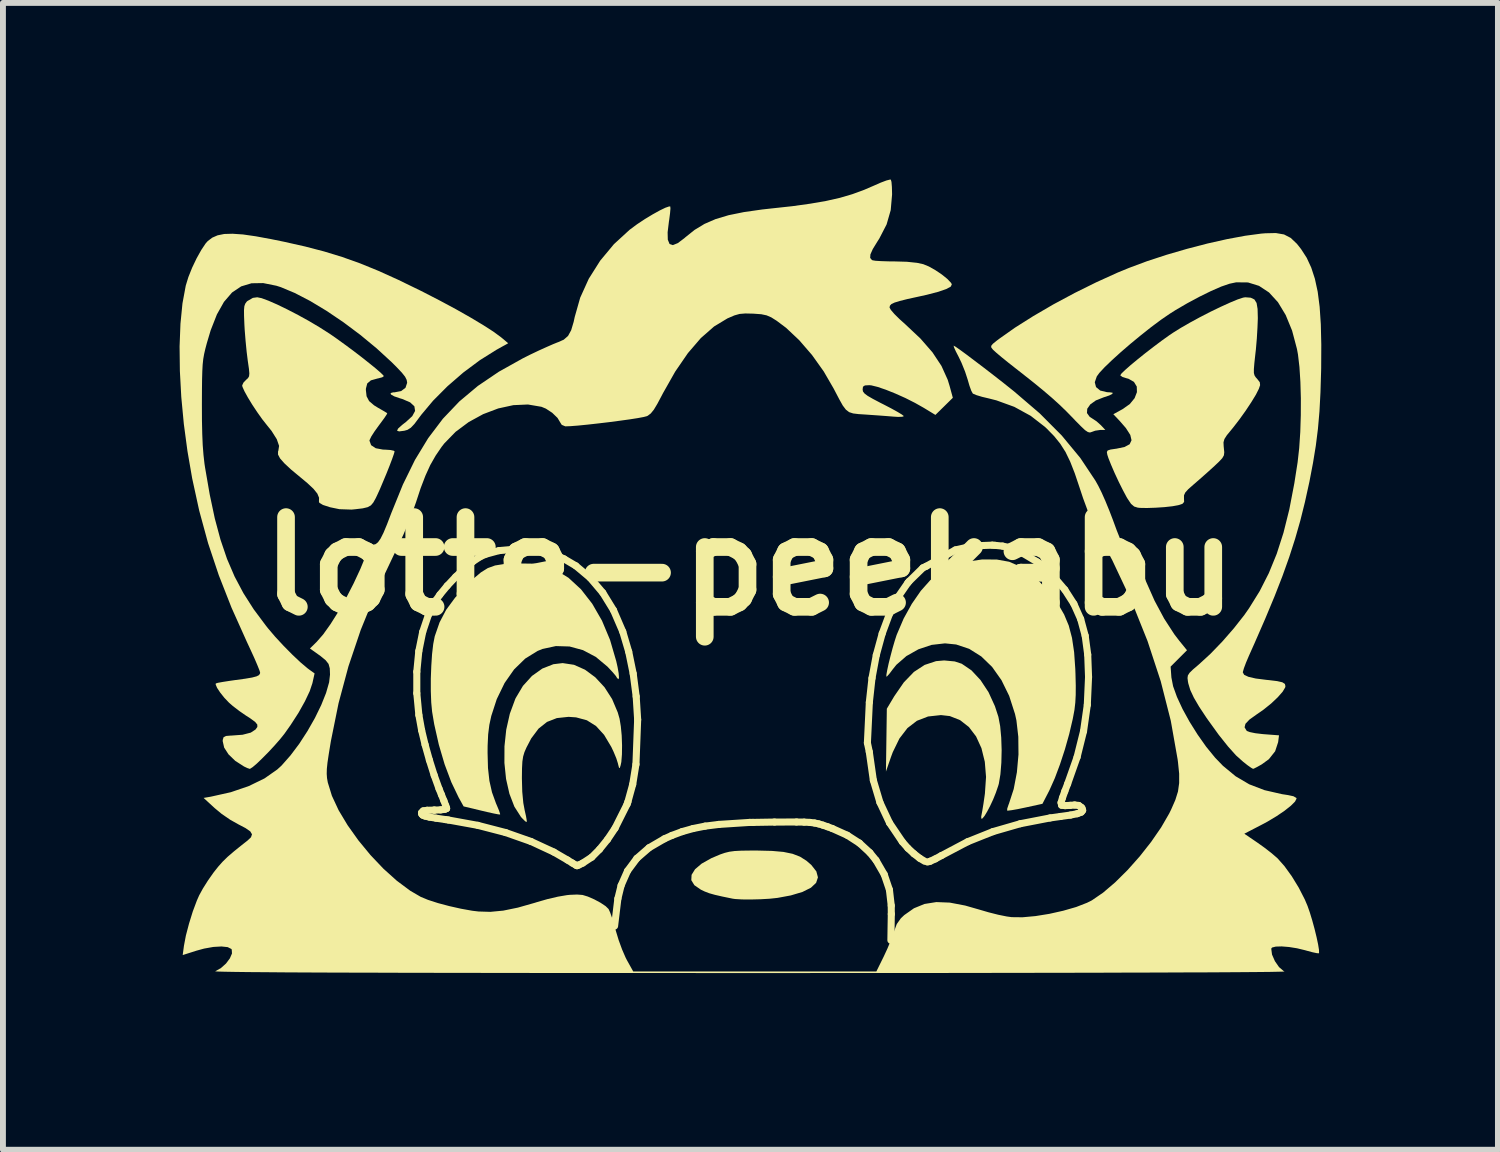
<source format=kicad_pcb>
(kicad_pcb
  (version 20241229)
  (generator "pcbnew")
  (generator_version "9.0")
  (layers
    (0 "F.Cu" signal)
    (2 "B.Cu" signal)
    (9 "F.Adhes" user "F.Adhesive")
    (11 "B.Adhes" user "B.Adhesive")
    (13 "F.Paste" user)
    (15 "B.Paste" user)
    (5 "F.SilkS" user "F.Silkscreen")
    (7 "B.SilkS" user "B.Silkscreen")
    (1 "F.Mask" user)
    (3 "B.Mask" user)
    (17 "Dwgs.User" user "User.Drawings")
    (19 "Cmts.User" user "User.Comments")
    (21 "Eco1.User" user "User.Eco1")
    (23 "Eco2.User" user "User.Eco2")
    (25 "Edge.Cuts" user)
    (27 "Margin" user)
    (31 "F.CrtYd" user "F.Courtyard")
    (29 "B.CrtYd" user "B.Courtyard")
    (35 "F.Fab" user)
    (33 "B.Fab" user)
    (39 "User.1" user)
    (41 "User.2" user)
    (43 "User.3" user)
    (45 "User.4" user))
  (footprint "lotte-peekabu"
    (layer "F.Cu")
    (at 9.682 6.567)
    (property "Reference" "lotte-peekabu" (at 0 0 0) (layer "F.SilkS") (effects (font (size 1.524 1.524) (thickness 0.3))))
    (attr board_only exclude_from_pos_files exclude_from_bom)
    (fp_line (start -5.653 1.792) (end -5.653 2.157) (stroke (width 0.12) (type solid)) (layer "F.SilkS"))
    (fp_line (start -5.653 2.157) (end -5.618 2.527) (stroke (width 0.12) (type solid)) (layer "F.SilkS"))
    (fp_line (start -5.619 1.442) (end -5.653 1.792) (stroke (width 0.12) (type solid)) (layer "F.SilkS"))
    (fp_line (start -5.618 2.527) (end -5.571 2.787) (stroke (width 0.12) (type solid)) (layer "F.SilkS"))
    (fp_line (start -5.573 4.186) (end -5.569 4.209) (stroke (width 0.12) (type solid)) (layer "F.SilkS"))
    (fp_line (start -5.571 2.787) (end -5.512 3.032) (stroke (width 0.12) (type solid)) (layer "F.SilkS"))
    (fp_line (start -5.569 4.209) (end -5.552 4.228) (stroke (width 0.12) (type solid)) (layer "F.SilkS"))
    (fp_line (start -5.553 1.116) (end -5.619 1.442) (stroke (width 0.12) (type solid)) (layer "F.SilkS"))
    (fp_line (start -5.552 4.228) (end -5.511 4.244) (stroke (width 0.12) (type solid)) (layer "F.SilkS"))
    (fp_line (start -5.544 4.155) (end -5.573 4.186) (stroke (width 0.12) (type solid)) (layer "F.SilkS"))
    (fp_line (start -5.512 3.032) (end -5.439 3.293) (stroke (width 0.12) (type solid)) (layer "F.SilkS"))
    (fp_line (start -5.511 4.244) (end -5.439 4.261) (stroke (width 0.12) (type solid)) (layer "F.SilkS"))
    (fp_line (start -5.477 4.145) (end -5.544 4.155) (stroke (width 0.12) (type solid)) (layer "F.SilkS"))
    (fp_line (start -5.455 0.824) (end -5.553 1.116) (stroke (width 0.12) (type solid)) (layer "F.SilkS"))
    (fp_line (start -5.439 4.261) (end -5.327 4.279) (stroke (width 0.12) (type solid)) (layer "F.SilkS"))
    (fp_line (start -5.439 3.293) (end -5.358 3.55) (stroke (width 0.12) (type solid)) (layer "F.SilkS"))
    (fp_line (start -5.36 4.142) (end -5.477 4.145) (stroke (width 0.12) (type solid)) (layer "F.SilkS"))
    (fp_line (start -5.358 3.55) (end -5.275 3.78) (stroke (width 0.12) (type solid)) (layer "F.SilkS"))
    (fp_line (start -5.352 4.142) (end -5.36 4.142) (stroke (width 0.12) (type solid)) (layer "F.SilkS"))
    (fp_line (start -5.327 4.279) (end -5.165 4.303) (stroke (width 0.12) (type solid)) (layer "F.SilkS"))
    (fp_line (start -5.326 0.576) (end -5.455 0.824) (stroke (width 0.12) (type solid)) (layer "F.SilkS"))
    (fp_line (start -5.275 3.78) (end -5.235 3.879) (stroke (width 0.12) (type solid)) (layer "F.SilkS"))
    (fp_line (start -5.261 0.483) (end -5.326 0.576) (stroke (width 0.12) (type solid)) (layer "F.SilkS"))
    (fp_line (start -5.248 4.138) (end -5.352 4.142) (stroke (width 0.12) (type solid)) (layer "F.SilkS"))
    (fp_line (start -5.235 3.879) (end -5.193 3.983) (stroke (width 0.12) (type solid)) (layer "F.SilkS"))
    (fp_line (start -5.193 3.983) (end -5.161 4.067) (stroke (width 0.12) (type solid)) (layer "F.SilkS"))
    (fp_line (start -5.175 4.128) (end -5.248 4.138) (stroke (width 0.12) (type solid)) (layer "F.SilkS"))
    (fp_line (start -5.165 4.303) (end -5.117 4.31) (stroke (width 0.12) (type solid)) (layer "F.SilkS"))
    (fp_line (start -5.161 4.067) (end -5.147 4.112) (stroke (width 0.12) (type solid)) (layer "F.SilkS"))
    (fp_line (start -5.147 4.112) (end -5.147 4.115) (stroke (width 0.12) (type solid)) (layer "F.SilkS"))
    (fp_line (start -5.147 4.115) (end -5.175 4.128) (stroke (width 0.12) (type solid)) (layer "F.SilkS"))
    (fp_line (start -5.137 0.333) (end -5.261 0.483) (stroke (width 0.12) (type solid)) (layer "F.SilkS"))
    (fp_line (start -5.117 4.31) (end -4.616 4.401) (stroke (width 0.12) (type solid)) (layer "F.SilkS"))
    (fp_line (start -4.993 0.18) (end -5.137 0.333) (stroke (width 0.12) (type solid)) (layer "F.SilkS"))
    (fp_line (start -4.844 0.038) (end -4.993 0.18) (stroke (width 0.12) (type solid)) (layer "F.SilkS"))
    (fp_line (start -4.702 -0.079) (end -4.844 0.038) (stroke (width 0.12) (type solid)) (layer "F.SilkS"))
    (fp_line (start -4.616 4.401) (end -4.145 4.523) (stroke (width 0.12) (type solid)) (layer "F.SilkS"))
    (fp_line (start -4.58 -0.16) (end -4.702 -0.079) (stroke (width 0.12) (type solid)) (layer "F.SilkS"))
    (fp_line (start -4.486 -0.203) (end -4.58 -0.16) (stroke (width 0.12) (type solid)) (layer "F.SilkS"))
    (fp_line (start -4.258 -0.265) (end -4.486 -0.203) (stroke (width 0.12) (type solid)) (layer "F.SilkS"))
    (fp_line (start -4.145 4.523) (end -3.713 4.675) (stroke (width 0.12) (type solid)) (layer "F.SilkS"))
    (fp_line (start -3.989 -0.289) (end -4.258 -0.265) (stroke (width 0.12) (type solid)) (layer "F.SilkS"))
    (fp_line (start -3.713 4.675) (end -3.325 4.855) (stroke (width 0.12) (type solid)) (layer "F.SilkS"))
    (fp_line (start -3.685 -0.276) (end -3.989 -0.289) (stroke (width 0.12) (type solid)) (layer "F.SilkS"))
    (fp_line (start -3.545 -0.258) (end -3.685 -0.276) (stroke (width 0.12) (type solid)) (layer "F.SilkS"))
    (fp_line (start -3.413 -0.231) (end -3.545 -0.258) (stroke (width 0.12) (type solid)) (layer "F.SilkS"))
    (fp_line (start -3.325 4.855) (end -3.093 4.99) (stroke (width 0.12) (type solid)) (layer "F.SilkS"))
    (fp_line (start -3.292 -0.189) (end -3.413 -0.231) (stroke (width 0.12) (type solid)) (layer "F.SilkS"))
    (fp_line (start -3.152 -0.125) (end -3.292 -0.189) (stroke (width 0.12) (type solid)) (layer "F.SilkS"))
    (fp_line (start -3.093 4.99) (end -3.011 5.041) (stroke (width 0.12) (type solid)) (layer "F.SilkS"))
    (fp_line (start -3.011 5.041) (end -2.952 5.076) (stroke (width 0.12) (type solid)) (layer "F.SilkS"))
    (fp_line (start -2.952 -0.007) (end -3.152 -0.125) (stroke (width 0.12) (type solid)) (layer "F.SilkS"))
    (fp_line (start -2.952 5.076) (end -2.932 5.086) (stroke (width 0.12) (type solid)) (layer "F.SilkS"))
    (fp_line (start -2.932 5.086) (end -2.901 5.074) (stroke (width 0.12) (type solid)) (layer "F.SilkS"))
    (fp_line (start -2.901 5.074) (end -2.835 5.042) (stroke (width 0.12) (type solid)) (layer "F.SilkS"))
    (fp_line (start -2.835 5.042) (end -2.681 4.941) (stroke (width 0.12) (type solid)) (layer "F.SilkS"))
    (fp_line (start -2.71 0.196) (end -2.952 -0.007) (stroke (width 0.12) (type solid)) (layer "F.SilkS"))
    (fp_line (start -2.681 4.941) (end -2.549 4.808) (stroke (width 0.12) (type solid)) (layer "F.SilkS"))
    (fp_line (start -2.549 4.808) (end -2.414 4.641) (stroke (width 0.12) (type solid)) (layer "F.SilkS"))
    (fp_line (start -2.495 0.449) (end -2.71 0.196) (stroke (width 0.12) (type solid)) (layer "F.SilkS"))
    (fp_line (start -2.414 4.641) (end -2.286 4.45) (stroke (width 0.12) (type solid)) (layer "F.SilkS"))
    (fp_line (start -2.312 0.747) (end -2.495 0.449) (stroke (width 0.12) (type solid)) (layer "F.SilkS"))
    (fp_line (start -2.294 6.111) (end -2.238 5.646) (stroke (width 0.12) (type solid)) (layer "F.SilkS"))
    (fp_line (start -2.286 4.45) (end -2.082 4.043) (stroke (width 0.12) (type solid)) (layer "F.SilkS"))
    (fp_line (start -2.238 5.646) (end -2.183 5.422) (stroke (width 0.12) (type solid)) (layer "F.SilkS"))
    (fp_line (start -2.183 5.422) (end -2.074 5.175) (stroke (width 0.12) (type solid)) (layer "F.SilkS"))
    (fp_line (start -2.155 1.111) (end -2.312 0.747) (stroke (width 0.12) (type solid)) (layer "F.SilkS"))
    (fp_line (start -2.082 4.043) (end -2.068 4.003) (stroke (width 0.12) (type solid)) (layer "F.SilkS"))
    (fp_line (start -2.074 5.175) (end -1.916 4.962) (stroke (width 0.12) (type solid)) (layer "F.SilkS"))
    (fp_line (start -2.068 4.003) (end -1.986 3.705) (stroke (width 0.12) (type solid)) (layer "F.SilkS"))
    (fp_line (start -2.054 1.452) (end -2.155 1.111) (stroke (width 0.12) (type solid)) (layer "F.SilkS"))
    (fp_line (start -1.986 3.705) (end -1.931 3.365) (stroke (width 0.12) (type solid)) (layer "F.SilkS"))
    (fp_line (start -1.978 1.823) (end -2.054 1.452) (stroke (width 0.12) (type solid)) (layer "F.SilkS"))
    (fp_line (start -1.931 3.365) (end -1.902 2.606) (stroke (width 0.12) (type solid)) (layer "F.SilkS"))
    (fp_line (start -1.927 2.212) (end -1.978 1.823) (stroke (width 0.12) (type solid)) (layer "F.SilkS"))
    (fp_line (start -1.916 4.962) (end -1.708 4.781) (stroke (width 0.12) (type solid)) (layer "F.SilkS"))
    (fp_line (start -1.902 2.606) (end -1.927 2.212) (stroke (width 0.12) (type solid)) (layer "F.SilkS"))
    (fp_line (start -1.708 4.781) (end -1.447 4.629) (stroke (width 0.12) (type solid)) (layer "F.SilkS"))
    (fp_line (start -1.447 4.629) (end -1.32 4.572) (stroke (width 0.12) (type solid)) (layer "F.SilkS"))
    (fp_line (start -1.32 4.572) (end -1.146 4.507) (stroke (width 0.12) (type solid)) (layer "F.SilkS"))
    (fp_line (start -1.146 4.507) (end -0.961 4.455) (stroke (width 0.12) (type solid)) (layer "F.SilkS"))
    (fp_line (start -0.961 4.455) (end -0.756 4.414) (stroke (width 0.12) (type solid)) (layer "F.SilkS"))
    (fp_line (start -0.756 4.414) (end -0.523 4.385) (stroke (width 0.12) (type solid)) (layer "F.SilkS"))
    (fp_line (start -0.523 4.385) (end 0 4.351) (stroke (width 0.12) (type solid)) (layer "F.SilkS"))
    (fp_line (start 0 4.351) (end 0.057 4.351) (stroke (width 0.12) (type solid)) (layer "F.SilkS"))
    (fp_line (start 0.057 4.351) (end 0.422 4.345) (stroke (width 0.12) (type solid)) (layer "F.SilkS"))
    (fp_line (start 0.422 4.345) (end 0.796 4.344) (stroke (width 0.12) (type solid)) (layer "F.SilkS"))
    (fp_line (start 0.796 4.344) (end 0.925 4.346) (stroke (width 0.12) (type solid)) (layer "F.SilkS"))
    (fp_line (start 0.925 4.346) (end 1.024 4.351) (stroke (width 0.12) (type solid)) (layer "F.SilkS"))
    (fp_line (start 1.024 4.351) (end 1.103 4.361) (stroke (width 0.12) (type solid)) (layer "F.SilkS"))
    (fp_line (start 1.103 4.361) (end 1.173 4.376) (stroke (width 0.12) (type solid)) (layer "F.SilkS"))
    (fp_line (start 1.173 4.376) (end 1.243 4.397) (stroke (width 0.12) (type solid)) (layer "F.SilkS"))
    (fp_line (start 1.243 4.397) (end 1.325 4.425) (stroke (width 0.12) (type solid)) (layer "F.SilkS"))
    (fp_line (start 1.325 4.425) (end 1.405 4.455) (stroke (width 0.12) (type solid)) (layer "F.SilkS"))
    (fp_line (start 1.405 4.455) (end 1.658 4.569) (stroke (width 0.12) (type solid)) (layer "F.SilkS"))
    (fp_line (start 1.658 4.569) (end 1.866 4.703) (stroke (width 0.12) (type solid)) (layer "F.SilkS"))
    (fp_line (start 1.866 4.703) (end 2.042 4.865) (stroke (width 0.12) (type solid)) (layer "F.SilkS"))
    (fp_line (start 2 3) (end 2.032 3.152) (stroke (width 0.12) (type solid)) (layer "F.SilkS"))
    (fp_line (start 2.032 3.152) (end 2.101 3.635) (stroke (width 0.12) (type solid)) (layer "F.SilkS"))
    (fp_line (start 2.033 2.311) (end 2 3) (stroke (width 0.12) (type solid)) (layer "F.SilkS"))
    (fp_line (start 2.042 4.865) (end 2.146 4.993) (stroke (width 0.12) (type solid)) (layer "F.SilkS"))
    (fp_line (start 2.078 1.901) (end 2.033 2.311) (stroke (width 0.12) (type solid)) (layer "F.SilkS"))
    (fp_line (start 2.101 3.635) (end 2.213 4.012) (stroke (width 0.12) (type solid)) (layer "F.SilkS"))
    (fp_line (start 2.146 4.993) (end 2.286 5.235) (stroke (width 0.12) (type solid)) (layer "F.SilkS"))
    (fp_line (start 2.151 1.509) (end 2.078 1.901) (stroke (width 0.12) (type solid)) (layer "F.SilkS"))
    (fp_line (start 2.213 4.012) (end 2.376 4.359) (stroke (width 0.12) (type solid)) (layer "F.SilkS"))
    (fp_line (start 2.251 1.144) (end 2.151 1.509) (stroke (width 0.12) (type solid)) (layer "F.SilkS"))
    (fp_line (start 2.286 5.235) (end 2.374 5.495) (stroke (width 0.12) (type solid)) (layer "F.SilkS"))
    (fp_line (start 2.374 0.812) (end 2.251 1.144) (stroke (width 0.12) (type solid)) (layer "F.SilkS"))
    (fp_line (start 2.374 5.495) (end 2.405 5.764) (stroke (width 0.12) (type solid)) (layer "F.SilkS"))
    (fp_line (start 2.376 4.359) (end 2.592 4.679) (stroke (width 0.12) (type solid)) (layer "F.SilkS"))
    (fp_line (start 2.405 5.764) (end 2.406 5.908) (stroke (width 0.12) (type solid)) (layer "F.SilkS"))
    (fp_line (start 2.406 5.908) (end 2.399 6.352) (stroke (width 0.12) (type solid)) (layer "F.SilkS"))
    (fp_line (start 2.52 0.523) (end 2.374 0.812) (stroke (width 0.12) (type solid)) (layer "F.SilkS"))
    (fp_line (start 2.592 4.679) (end 2.688 4.789) (stroke (width 0.12) (type solid)) (layer "F.SilkS"))
    (fp_line (start 2.686 0.283) (end 2.52 0.523) (stroke (width 0.12) (type solid)) (layer "F.SilkS"))
    (fp_line (start 2.688 4.789) (end 2.79 4.883) (stroke (width 0.12) (type solid)) (layer "F.SilkS"))
    (fp_line (start 2.707 0.258) (end 2.686 0.283) (stroke (width 0.12) (type solid)) (layer "F.SilkS"))
    (fp_line (start 2.79 4.883) (end 2.889 4.96) (stroke (width 0.12) (type solid)) (layer "F.SilkS"))
    (fp_line (start 2.889 4.96) (end 2.974 5.011) (stroke (width 0.12) (type solid)) (layer "F.SilkS"))
    (fp_line (start 2.943 0.027) (end 2.707 0.258) (stroke (width 0.12) (type solid)) (layer "F.SilkS"))
    (fp_line (start 3 0) (end 2.943 0.027) (stroke (width 0.12) (type solid)) (layer "F.SilkS"))
    (fp_line (start 3.02 5.024) (end 3.068 5.01) (stroke (width 0.12) (type solid)) (layer "F.SilkS"))
    (fp_line (start 3.068 5.01) (end 3.153 4.971) (stroke (width 0.12) (type solid)) (layer "F.SilkS"))
    (fp_line (start 3.153 4.971) (end 3.258 4.914) (stroke (width 0.12) (type solid)) (layer "F.SilkS"))
    (fp_line (start 3.258 4.914) (end 3.703 4.679) (stroke (width 0.12) (type solid)) (layer "F.SilkS"))
    (fp_line (start 3.495 -0.277) (end 3 0) (stroke (width 0.12) (type solid)) (layer "F.SilkS"))
    (fp_line (start 3.703 4.679) (end 4.133 4.507) (stroke (width 0.12) (type solid)) (layer "F.SilkS"))
    (fp_line (start 3.801 -0.346) (end 3.495 -0.277) (stroke (width 0.12) (type solid)) (layer "F.SilkS"))
    (fp_line (start 4.122 -0.358) (end 3.801 -0.346) (stroke (width 0.12) (type solid)) (layer "F.SilkS"))
    (fp_line (start 4.133 4.507) (end 4.597 4.373) (stroke (width 0.12) (type solid)) (layer "F.SilkS"))
    (fp_line (start 4.165 -0.355) (end 4.122 -0.358) (stroke (width 0.12) (type solid)) (layer "F.SilkS"))
    (fp_line (start 4.296 -0.342) (end 4.165 -0.355) (stroke (width 0.12) (type solid)) (layer "F.SilkS"))
    (fp_line (start 4.402 -0.32) (end 4.296 -0.342) (stroke (width 0.12) (type solid)) (layer "F.SilkS"))
    (fp_line (start 4.509 -0.281) (end 4.402 -0.32) (stroke (width 0.12) (type solid)) (layer "F.SilkS"))
    (fp_line (start 4.597 4.373) (end 5.103 4.275) (stroke (width 0.12) (type solid)) (layer "F.SilkS"))
    (fp_line (start 4.651 -0.213) (end 4.509 -0.281) (stroke (width 0.12) (type solid)) (layer "F.SilkS"))
    (fp_line (start 4.885 -0.073) (end 4.651 -0.213) (stroke (width 0.12) (type solid)) (layer "F.SilkS"))
    (fp_line (start 5 0) (end 4.885 -0.073) (stroke (width 0.12) (type solid)) (layer "F.SilkS"))
    (fp_line (start 5.093 0.104) (end 5 0) (stroke (width 0.12) (type solid)) (layer "F.SilkS"))
    (fp_line (start 5.103 4.275) (end 5.28 4.25) (stroke (width 0.12) (type solid)) (layer "F.SilkS"))
    (fp_line (start 5.154 0.166) (end 5.093 0.104) (stroke (width 0.12) (type solid)) (layer "F.SilkS"))
    (fp_line (start 5.28 4.25) (end 5.45 4.226) (stroke (width 0.12) (type solid)) (layer "F.SilkS"))
    (fp_line (start 5.289 4.015) (end 5.313 3.934) (stroke (width 0.12) (type solid)) (layer "F.SilkS"))
    (fp_line (start 5.298 4.059) (end 5.289 4.015) (stroke (width 0.12) (type solid)) (layer "F.SilkS"))
    (fp_line (start 5.313 3.934) (end 5.353 3.821) (stroke (width 0.12) (type solid)) (layer "F.SilkS"))
    (fp_line (start 5.353 3.821) (end 5.401 3.696) (stroke (width 0.12) (type solid)) (layer "F.SilkS"))
    (fp_line (start 5.353 0.399) (end 5.154 0.166) (stroke (width 0.12) (type solid)) (layer "F.SilkS"))
    (fp_line (start 5.358 4.066) (end 5.298 4.059) (stroke (width 0.12) (type solid)) (layer "F.SilkS"))
    (fp_line (start 5.401 3.696) (end 5.561 3.243) (stroke (width 0.12) (type solid)) (layer "F.SilkS"))
    (fp_line (start 5.446 4.061) (end 5.358 4.066) (stroke (width 0.12) (type solid)) (layer "F.SilkS"))
    (fp_line (start 5.45 4.226) (end 5.565 4.203) (stroke (width 0.12) (type solid)) (layer "F.SilkS"))
    (fp_line (start 5.507 0.639) (end 5.353 0.399) (stroke (width 0.12) (type solid)) (layer "F.SilkS"))
    (fp_line (start 5.52 4.055) (end 5.446 4.061) (stroke (width 0.12) (type solid)) (layer "F.SilkS"))
    (fp_line (start 5.561 3.243) (end 5.671 2.802) (stroke (width 0.12) (type solid)) (layer "F.SilkS"))
    (fp_line (start 5.565 4.203) (end 5.632 4.177) (stroke (width 0.12) (type solid)) (layer "F.SilkS"))
    (fp_line (start 5.589 4.063) (end 5.52 4.055) (stroke (width 0.12) (type solid)) (layer "F.SilkS"))
    (fp_line (start 5.622 0.897) (end 5.507 0.639) (stroke (width 0.12) (type solid)) (layer "F.SilkS"))
    (fp_line (start 5.632 4.177) (end 5.656 4.147) (stroke (width 0.12) (type solid)) (layer "F.SilkS"))
    (fp_line (start 5.632 4.094) (end 5.589 4.063) (stroke (width 0.12) (type solid)) (layer "F.SilkS"))
    (fp_line (start 5.645 4.11) (end 5.632 4.094) (stroke (width 0.12) (type solid)) (layer "F.SilkS"))
    (fp_line (start 5.656 4.147) (end 5.645 4.11) (stroke (width 0.12) (type solid)) (layer "F.SilkS"))
    (fp_line (start 5.671 2.802) (end 5.735 2.354) (stroke (width 0.12) (type solid)) (layer "F.SilkS"))
    (fp_line (start 5.699 1.181) (end 5.622 0.897) (stroke (width 0.12) (type solid)) (layer "F.SilkS"))
    (fp_line (start 5.735 2.354) (end 5.756 1.881) (stroke (width 0.12) (type solid)) (layer "F.SilkS"))
    (fp_line (start 5.742 1.502) (end 5.699 1.181) (stroke (width 0.12) (type solid)) (layer "F.SilkS"))
    (fp_line (start 5.756 1.881) (end 5.742 1.502) (stroke (width 0.12) (type solid)) (layer "F.SilkS"))
    (fp_poly (pts (xy 0.137 4.829) (xy 0.38 4.835) (xy 0.574 4.852) (xy 0.729 4.884) (xy 0.856 4.933) (xy 0.965 5.002) (xy 1.047 5.073) (xy 1.133 5.183) (xy 1.16 5.284) (xy 1.129 5.377) (xy 1.041 5.46) (xy 0.897 5.532) (xy 0.699 5.591) (xy 0.472 5.633) (xy 0.341 5.647) (xy 0.184 5.656) (xy 0.021 5.66) (xy -0.129 5.659) (xy -0.247 5.652) (xy -0.289 5.646) (xy -0.463 5.61) (xy -0.59 5.581) (xy -0.686 5.554) (xy -0.764 5.524) (xy -0.829 5.493) (xy -0.939 5.417) (xy -0.991 5.332) (xy -0.986 5.241) (xy -0.927 5.146) (xy -0.815 5.051) (xy -0.651 4.959) (xy -0.501 4.895) (xy -0.422 4.868) (xy -0.345 4.849) (xy -0.256 4.837) (xy -0.142 4.831) (xy 0.01 4.829)) (stroke (width 0) (type solid)) (fill yes) (layer "F.SilkS"))
    (fp_poly (pts (xy 3.484 1.617) (xy 3.602 1.656) (xy 3.768 1.769) (xy 3.921 1.933) (xy 4.057 2.139) (xy 4.166 2.377) (xy 4.225 2.558) (xy 4.255 2.716) (xy 4.273 2.911) (xy 4.28 3.125) (xy 4.275 3.339) (xy 4.259 3.535) (xy 4.232 3.695) (xy 4.222 3.729) (xy 4.182 3.846) (xy 4.135 3.963) (xy 4.084 4.072) (xy 4.034 4.167) (xy 3.99 4.24) (xy 3.955 4.283) (xy 3.935 4.289) (xy 3.933 4.251) (xy 3.94 4.215) (xy 3.953 4.144) (xy 3.971 4.034) (xy 3.99 3.903) (xy 3.996 3.86) (xy 4.015 3.579) (xy 3.994 3.321) (xy 3.937 3.09) (xy 3.846 2.891) (xy 3.724 2.731) (xy 3.574 2.614) (xy 3.4 2.545) (xy 3.249 2.528) (xy 3.03 2.552) (xy 2.841 2.625) (xy 2.68 2.749) (xy 2.544 2.926) (xy 2.431 3.158) (xy 2.401 3.239) (xy 2.315 3.487) (xy 2.33 2.42) (xy 2.457 2.207) (xy 2.619 1.972) (xy 2.79 1.795) (xy 2.972 1.676) (xy 3.166 1.612) (xy 3.304 1.6)) (stroke (width 0) (type solid)) (fill yes) (layer "F.SilkS"))
    (fp_poly (pts (xy -2.984 1.674) (xy -2.797 1.757) (xy -2.622 1.886) (xy -2.465 2.055) (xy -2.336 2.256) (xy -2.24 2.483) (xy -2.209 2.591) (xy -2.188 2.719) (xy -2.173 2.875) (xy -2.167 3.041) (xy -2.169 3.197) (xy -2.179 3.324) (xy -2.191 3.381) (xy -2.206 3.427) (xy -2.218 3.424) (xy -2.233 3.368) (xy -2.237 3.35) (xy -2.264 3.264) (xy -2.31 3.153) (xy -2.349 3.07) (xy -2.472 2.864) (xy -2.609 2.714) (xy -2.765 2.616) (xy -2.947 2.567) (xy -3.076 2.558) (xy -3.274 2.579) (xy -3.441 2.644) (xy -3.585 2.758) (xy -3.71 2.925) (xy -3.791 3.08) (xy -3.825 3.158) (xy -3.847 3.232) (xy -3.86 3.318) (xy -3.866 3.432) (xy -3.868 3.589) (xy -3.868 3.605) (xy -3.862 3.83) (xy -3.844 4.021) (xy -3.82 4.149) (xy -3.798 4.246) (xy -3.786 4.317) (xy -3.786 4.345) (xy -3.812 4.332) (xy -3.86 4.284) (xy -3.884 4.258) (xy -3.996 4.083) (xy -4.08 3.864) (xy -4.137 3.613) (xy -4.165 3.341) (xy -4.164 3.058) (xy -4.134 2.776) (xy -4.073 2.505) (xy -3.982 2.258) (xy -3.974 2.24) (xy -3.85 2.032) (xy -3.697 1.863) (xy -3.521 1.738) (xy -3.333 1.664) (xy -3.176 1.645)) (stroke (width 0) (type solid)) (fill yes) (layer "F.SilkS"))
    (fp_poly (pts (xy 4.197 -0.114) (xy 4.408 -0.076) (xy 4.567 -0.007) (xy 4.74 0.106) (xy 4.914 0.253) (xy 5.073 0.422) (xy 5.1 0.453) (xy 5.236 0.638) (xy 5.341 0.819) (xy 5.42 1.008) (xy 5.475 1.217) (xy 5.511 1.459) (xy 5.531 1.746) (xy 5.534 1.827) (xy 5.539 2.028) (xy 5.538 2.186) (xy 5.531 2.317) (xy 5.517 2.438) (xy 5.493 2.567) (xy 5.487 2.597) (xy 5.428 2.849) (xy 5.354 3.112) (xy 5.27 3.368) (xy 5.183 3.6) (xy 5.098 3.791) (xy 5.089 3.81) (xy 4.973 4.035) (xy 4.679 4.099) (xy 4.554 4.125) (xy 4.452 4.143) (xy 4.388 4.151) (xy 4.373 4.15) (xy 4.375 4.116) (xy 4.397 4.05) (xy 4.404 4.033) (xy 4.485 3.784) (xy 4.539 3.5) (xy 4.566 3.198) (xy 4.563 2.897) (xy 4.531 2.618) (xy 4.507 2.51) (xy 4.408 2.202) (xy 4.277 1.935) (xy 4.118 1.71) (xy 3.934 1.532) (xy 3.729 1.403) (xy 3.507 1.329) (xy 3.318 1.31) (xy 3.09 1.336) (xy 2.866 1.411) (xy 2.662 1.526) (xy 2.492 1.674) (xy 2.428 1.754) (xy 2.374 1.826) (xy 2.335 1.869) (xy 2.322 1.876) (xy 2.323 1.841) (xy 2.337 1.762) (xy 2.361 1.651) (xy 2.393 1.523) (xy 2.428 1.391) (xy 2.464 1.268) (xy 2.496 1.169) (xy 2.501 1.157) (xy 2.616 0.888) (xy 2.754 0.639) (xy 2.907 0.418) (xy 3.067 0.238) (xy 3.228 0.107) (xy 3.234 0.103) (xy 3.449 -0.004) (xy 3.693 -0.078) (xy 3.948 -0.115)) (stroke (width 0) (type solid)) (fill yes) (layer "F.SilkS"))
    (fp_poly (pts (xy -3.737 -0.045) (xy -3.621 -0.041) (xy -3.535 -0.031) (xy -3.461 -0.012) (xy -3.385 0.018) (xy -3.308 0.054) (xy -3.077 0.196) (xy -2.865 0.391) (xy -2.674 0.636) (xy -2.508 0.924) (xy -2.371 1.251) (xy -2.266 1.611) (xy -2.243 1.713) (xy -2.225 1.815) (xy -2.219 1.888) (xy -2.226 1.919) (xy -2.227 1.919) (xy -2.253 1.898) (xy -2.254 1.894) (xy -2.274 1.862) (xy -2.326 1.8) (xy -2.401 1.72) (xy -2.414 1.706) (xy -2.613 1.54) (xy -2.831 1.425) (xy -3.059 1.363) (xy -3.291 1.356) (xy -3.518 1.405) (xy -3.602 1.439) (xy -3.812 1.569) (xy -4 1.752) (xy -4.162 1.983) (xy -4.295 2.257) (xy -4.388 2.543) (xy -4.421 2.695) (xy -4.441 2.855) (xy -4.45 3.045) (xy -4.451 3.167) (xy -4.444 3.427) (xy -4.42 3.644) (xy -4.376 3.839) (xy -4.308 4.027) (xy -4.292 4.064) (xy -4.258 4.146) (xy -4.239 4.203) (xy -4.238 4.217) (xy -4.27 4.214) (xy -4.348 4.199) (xy -4.46 4.174) (xy -4.553 4.152) (xy -4.858 4.079) (xy -4.943 3.926) (xy -5.067 3.667) (xy -5.181 3.363) (xy -5.279 3.03) (xy -5.357 2.685) (xy -5.393 2.471) (xy -5.408 2.313) (xy -5.415 2.12) (xy -5.415 1.909) (xy -5.407 1.695) (xy -5.394 1.494) (xy -5.374 1.322) (xy -5.349 1.193) (xy -5.348 1.189) (xy -5.266 0.953) (xy -5.155 0.741) (xy -5.004 0.536) (xy -4.843 0.359) (xy -4.692 0.212) (xy -4.565 0.105) (xy -4.448 0.032) (xy -4.324 -0.013) (xy -4.18 -0.036) (xy -3.999 -0.045) (xy -3.898 -0.046)) (stroke (width 0) (type solid)) (fill yes) (layer "F.SilkS"))
    (fp_poly (pts (xy 8.51 -4.561) (xy 8.573 -4.531) (xy 8.61 -4.471) (xy 8.627 -4.37) (xy 8.631 -4.219) (xy 8.631 -4.206) (xy 8.625 -4.052) (xy 8.614 -3.866) (xy 8.598 -3.68) (xy 8.588 -3.594) (xy 8.572 -3.447) (xy 8.564 -3.347) (xy 8.564 -3.283) (xy 8.575 -3.241) (xy 8.596 -3.208) (xy 8.619 -3.183) (xy 8.664 -3.126) (xy 8.67 -3.076) (xy 8.648 -3.012) (xy 8.599 -2.915) (xy 8.521 -2.787) (xy 8.425 -2.642) (xy 8.319 -2.494) (xy 8.215 -2.359) (xy 8.179 -2.315) (xy 8.105 -2.225) (xy 8.064 -2.161) (xy 8.048 -2.105) (xy 8.051 -2.037) (xy 8.054 -2.007) (xy 8.061 -1.936) (xy 8.055 -1.884) (xy 8.028 -1.836) (xy 7.971 -1.775) (xy 7.895 -1.703) (xy 7.777 -1.596) (xy 7.646 -1.48) (xy 7.541 -1.389) (xy 7.45 -1.309) (xy 7.398 -1.251) (xy 7.377 -1.204) (xy 7.377 -1.153) (xy 7.377 -1.153) (xy 7.379 -1.093) (xy 7.351 -1.06) (xy 7.281 -1.037) (xy 7.182 -1.019) (xy 7.046 -1.004) (xy 6.894 -0.994) (xy 6.748 -0.989) (xy 6.631 -0.991) (xy 6.592 -0.995) (xy 6.531 -1.014) (xy 6.478 -1.059) (xy 6.42 -1.145) (xy 6.403 -1.173) (xy 6.339 -1.293) (xy 6.268 -1.435) (xy 6.199 -1.583) (xy 6.139 -1.722) (xy 6.094 -1.835) (xy 6.075 -1.893) (xy 6.067 -1.94) (xy 6.081 -1.966) (xy 6.129 -1.982) (xy 6.224 -1.996) (xy 6.227 -1.996) (xy 6.367 -2.025) (xy 6.454 -2.072) (xy 6.486 -2.14) (xy 6.465 -2.23) (xy 6.39 -2.347) (xy 6.282 -2.471) (xy 6.177 -2.582) (xy 6.334 -2.668) (xy 6.457 -2.755) (xy 6.538 -2.854) (xy 6.578 -2.957) (xy 6.575 -3.052) (xy 6.527 -3.131) (xy 6.434 -3.184) (xy 6.4 -3.193) (xy 6.331 -3.215) (xy 6.296 -3.241) (xy 6.295 -3.244) (xy 6.316 -3.274) (xy 6.377 -3.333) (xy 6.47 -3.415) (xy 6.587 -3.512) (xy 6.719 -3.618) (xy 6.859 -3.726) (xy 6.996 -3.829) (xy 7.123 -3.92) (xy 7.188 -3.964) (xy 7.321 -4.047) (xy 7.479 -4.138) (xy 7.652 -4.232) (xy 7.829 -4.323) (xy 8.001 -4.406) (xy 8.157 -4.477) (xy 8.287 -4.531) (xy 8.381 -4.562) (xy 8.417 -4.568)) (stroke (width 0) (type solid)) (fill yes) (layer "F.SilkS"))
    (fp_poly (pts (xy -8.289 -4.553) (xy -8.173 -4.51) (xy -8.024 -4.445) (xy -7.853 -4.362) (xy -7.67 -4.267) (xy -7.483 -4.164) (xy -7.303 -4.057) (xy -7.14 -3.953) (xy -7.138 -3.952) (xy -7.014 -3.866) (xy -6.876 -3.766) (xy -6.731 -3.659) (xy -6.59 -3.551) (xy -6.46 -3.448) (xy -6.349 -3.358) (xy -6.266 -3.286) (xy -6.22 -3.24) (xy -6.213 -3.228) (xy -6.24 -3.209) (xy -6.306 -3.191) (xy -6.322 -3.188) (xy -6.433 -3.157) (xy -6.495 -3.104) (xy -6.517 -3.018) (xy -6.518 -2.994) (xy -6.506 -2.887) (xy -6.463 -2.805) (xy -6.379 -2.733) (xy -6.311 -2.691) (xy -6.229 -2.644) (xy -6.172 -2.61) (xy -6.155 -2.599) (xy -6.167 -2.573) (xy -6.209 -2.511) (xy -6.273 -2.424) (xy -6.3 -2.388) (xy -6.372 -2.288) (xy -6.427 -2.202) (xy -6.455 -2.143) (xy -6.457 -2.133) (xy -6.429 -2.056) (xy -6.35 -2.004) (xy -6.227 -1.981) (xy -6.188 -1.98) (xy -6.099 -1.974) (xy -6.042 -1.961) (xy -6.03 -1.95) (xy -6.042 -1.907) (xy -6.072 -1.821) (xy -6.116 -1.705) (xy -6.169 -1.572) (xy -6.226 -1.436) (xy -6.28 -1.308) (xy -6.328 -1.203) (xy -6.35 -1.157) (xy -6.391 -1.083) (xy -6.432 -1.034) (xy -6.488 -1.003) (xy -6.572 -0.983) (xy -6.698 -0.968) (xy -6.761 -0.962) (xy -6.967 -0.969) (xy -7.127 -1.002) (xy -7.247 -1.041) (xy -7.308 -1.077) (xy -7.315 -1.097) (xy -7.313 -1.163) (xy -7.342 -1.233) (xy -7.407 -1.314) (xy -7.514 -1.414) (xy -7.622 -1.504) (xy -7.786 -1.64) (xy -7.902 -1.748) (xy -7.976 -1.832) (xy -8.01 -1.897) (xy -8.01 -1.949) (xy -8.005 -1.96) (xy -7.992 -2.044) (xy -8.031 -2.157) (xy -8.119 -2.297) (xy -8.196 -2.393) (xy -8.276 -2.494) (xy -8.362 -2.615) (xy -8.447 -2.743) (xy -8.522 -2.866) (xy -8.58 -2.971) (xy -8.614 -3.047) (xy -8.619 -3.071) (xy -8.597 -3.119) (xy -8.551 -3.167) (xy -8.52 -3.195) (xy -8.502 -3.226) (xy -8.497 -3.274) (xy -8.504 -3.353) (xy -8.522 -3.477) (xy -8.524 -3.491) (xy -8.543 -3.644) (xy -8.561 -3.827) (xy -8.576 -4.013) (xy -8.581 -4.1) (xy -8.587 -4.249) (xy -8.588 -4.35) (xy -8.582 -4.416) (xy -8.567 -4.459) (xy -8.543 -4.492) (xy -8.532 -4.503) (xy -8.437 -4.558) (xy -8.363 -4.568)) (stroke (width 0) (type solid)) (fill yes) (layer "F.SilkS"))
    (fp_poly (pts (xy -8.606 -5.635) (xy -8.389 -5.604) (xy -8.124 -5.555) (xy -7.908 -5.511) (xy -7.552 -5.431) (xy -7.226 -5.346) (xy -6.919 -5.252) (xy -6.616 -5.144) (xy -6.305 -5.017) (xy -5.971 -4.866) (xy -5.603 -4.687) (xy -5.543 -4.657) (xy -5.258 -4.51) (xy -4.988 -4.365) (xy -4.743 -4.226) (xy -4.529 -4.098) (xy -4.353 -3.985) (xy -4.225 -3.891) (xy -4.205 -3.875) (xy -4.101 -3.787) (xy -4.302 -3.675) (xy -4.581 -3.5) (xy -4.863 -3.29) (xy -5.133 -3.056) (xy -5.376 -2.812) (xy -5.578 -2.571) (xy -5.613 -2.524) (xy -5.693 -2.417) (xy -5.755 -2.352) (xy -5.812 -2.316) (xy -5.866 -2.301) (xy -5.953 -2.29) (xy -5.988 -2.301) (xy -5.972 -2.337) (xy -5.904 -2.399) (xy -5.838 -2.45) (xy -5.73 -2.549) (xy -5.682 -2.638) (xy -5.694 -2.716) (xy -5.766 -2.783) (xy -5.898 -2.84) (xy -5.939 -2.852) (xy -6.038 -2.886) (xy -6.092 -2.917) (xy -6.098 -2.941) (xy -6.052 -2.954) (xy -6.03 -2.954) (xy -5.919 -2.975) (xy -5.845 -3.031) (xy -5.817 -3.115) (xy -5.817 -3.117) (xy -5.825 -3.165) (xy -5.852 -3.219) (xy -5.907 -3.288) (xy -5.996 -3.382) (xy -6.079 -3.465) (xy -6.336 -3.701) (xy -6.612 -3.929) (xy -6.898 -4.143) (xy -7.185 -4.337) (xy -7.464 -4.505) (xy -7.726 -4.641) (xy -7.96 -4.739) (xy -8.038 -4.764) (xy -8.262 -4.809) (xy -8.46 -4.806) (xy -8.636 -4.753) (xy -8.791 -4.649) (xy -8.928 -4.49) (xy -9.048 -4.277) (xy -9.154 -4.007) (xy -9.219 -3.789) (xy -9.245 -3.691) (xy -9.265 -3.604) (xy -9.28 -3.519) (xy -9.29 -3.425) (xy -9.296 -3.312) (xy -9.3 -3.169) (xy -9.302 -2.986) (xy -9.303 -2.756) (xy -9.302 -2.478) (xy -9.297 -2.248) (xy -9.289 -2.057) (xy -9.276 -1.891) (xy -9.259 -1.741) (xy -9.249 -1.675) (xy -9.17 -1.218) (xy -9.084 -0.812) (xy -8.987 -0.451) (xy -8.876 -0.124) (xy -8.747 0.176) (xy -8.598 0.457) (xy -8.424 0.73) (xy -8.222 1.001) (xy -8.183 1.051) (xy -8.058 1.198) (xy -7.915 1.352) (xy -7.768 1.501) (xy -7.629 1.632) (xy -7.511 1.732) (xy -7.479 1.756) (xy -7.389 1.82) (xy -7.426 1.986) (xy -7.472 2.123) (xy -7.553 2.294) (xy -7.662 2.489) (xy -7.795 2.695) (xy -7.903 2.848) (xy -7.977 2.94) (xy -8.07 3.046) (xy -8.172 3.156) (xy -8.275 3.26) (xy -8.367 3.349) (xy -8.441 3.412) (xy -8.486 3.441) (xy -8.491 3.441) (xy -8.531 3.428) (xy -8.588 3.401) (xy -8.736 3.306) (xy -8.851 3.195) (xy -8.925 3.08) (xy -8.95 2.969) (xy -8.948 2.946) (xy -8.934 2.903) (xy -8.894 2.883) (xy -8.813 2.876) (xy -8.802 2.876) (xy -8.612 2.862) (xy -8.473 2.826) (xy -8.392 2.773) (xy -8.361 2.729) (xy -8.362 2.689) (xy -8.4 2.643) (xy -8.482 2.583) (xy -8.554 2.537) (xy -8.667 2.459) (xy -8.778 2.374) (xy -8.842 2.318) (xy -8.922 2.234) (xy -8.992 2.146) (xy -9.045 2.066) (xy -9.069 2.009) (xy -9.067 1.991) (xy -9.031 1.98) (xy -8.949 1.965) (xy -8.833 1.947) (xy -8.735 1.933) (xy -8.566 1.91) (xy -8.449 1.89) (xy -8.374 1.87) (xy -8.333 1.849) (xy -8.316 1.822) (xy -8.314 1.805) (xy -8.327 1.764) (xy -8.362 1.677) (xy -8.414 1.556) (xy -8.481 1.41) (xy -8.54 1.283) (xy -8.799 0.706) (xy -9.016 0.153) (xy -9.198 -0.392) (xy -9.349 -0.946) (xy -9.468 -1.492) (xy -9.548 -1.954) (xy -9.61 -2.417) (xy -9.653 -2.874) (xy -9.677 -3.315) (xy -9.682 -3.733) (xy -9.667 -4.119) (xy -9.633 -4.464) (xy -9.578 -4.761) (xy -9.577 -4.766) (xy -9.533 -4.91) (xy -9.469 -5.07) (xy -9.393 -5.229) (xy -9.313 -5.372) (xy -9.239 -5.483) (xy -9.203 -5.523) (xy -9.128 -5.58) (xy -9.037 -5.62) (xy -8.924 -5.643) (xy -8.783 -5.647)) (stroke (width 0) (type solid)) (fill yes) (layer "F.SilkS"))
    (fp_poly (pts (xy 9.076 -5.635) (xy 9.19 -5.576) (xy 9.295 -5.476) (xy 9.366 -5.386) (xy 9.461 -5.239) (xy 9.538 -5.073) (xy 9.6 -4.883) (xy 9.648 -4.662) (xy 9.681 -4.406) (xy 9.701 -4.108) (xy 9.709 -3.763) (xy 9.707 -3.363) (xy 9.706 -3.32) (xy 9.695 -2.953) (xy 9.678 -2.63) (xy 9.652 -2.334) (xy 9.616 -2.047) (xy 9.568 -1.753) (xy 9.507 -1.434) (xy 9.503 -1.416) (xy 9.431 -1.089) (xy 9.353 -0.776) (xy 9.265 -0.468) (xy 9.165 -0.157) (xy 9.049 0.168) (xy 8.914 0.514) (xy 8.757 0.891) (xy 8.575 1.308) (xy 8.479 1.523) (xy 8.431 1.636) (xy 8.395 1.732) (xy 8.377 1.795) (xy 8.376 1.803) (xy 8.399 1.844) (xy 8.471 1.878) (xy 8.596 1.907) (xy 8.778 1.93) (xy 8.819 1.934) (xy 8.959 1.951) (xy 9.047 1.971) (xy 9.091 1.999) (xy 9.1 2.038) (xy 9.095 2.06) (xy 9.052 2.132) (xy 8.969 2.226) (xy 8.858 2.331) (xy 8.729 2.435) (xy 8.611 2.517) (xy 8.489 2.604) (xy 8.421 2.676) (xy 8.406 2.736) (xy 8.439 2.791) (xy 8.448 2.799) (xy 8.496 2.817) (xy 8.588 2.836) (xy 8.706 2.85) (xy 8.74 2.853) (xy 8.991 2.872) (xy 8.976 2.988) (xy 8.925 3.143) (xy 8.819 3.277) (xy 8.698 3.365) (xy 8.62 3.409) (xy 8.564 3.437) (xy 8.55 3.441) (xy 8.519 3.424) (xy 8.455 3.379) (xy 8.384 3.323) (xy 8.261 3.213) (xy 8.124 3.06) (xy 7.967 2.863) (xy 7.788 2.615) (xy 7.759 2.574) (xy 7.634 2.385) (xy 7.544 2.231) (xy 7.484 2.103) (xy 7.45 1.99) (xy 7.444 1.958) (xy 7.437 1.9) (xy 7.443 1.855) (xy 7.471 1.811) (xy 7.529 1.754) (xy 7.624 1.673) (xy 7.634 1.664) (xy 7.824 1.49) (xy 8.027 1.28) (xy 8.225 1.053) (xy 8.402 0.828) (xy 8.483 0.712) (xy 8.663 0.422) (xy 8.818 0.117) (xy 8.952 -0.211) (xy 9.067 -0.569) (xy 9.166 -0.965) (xy 9.251 -1.408) (xy 9.307 -1.766) (xy 9.334 -2.008) (xy 9.352 -2.279) (xy 9.361 -2.565) (xy 9.362 -2.854) (xy 9.354 -3.131) (xy 9.338 -3.383) (xy 9.313 -3.596) (xy 9.296 -3.689) (xy 9.213 -4.002) (xy 9.104 -4.267) (xy 8.973 -4.484) (xy 8.821 -4.65) (xy 8.651 -4.762) (xy 8.464 -4.82) (xy 8.263 -4.822) (xy 8.15 -4.798) (xy 8.01 -4.75) (xy 7.834 -4.673) (xy 7.637 -4.576) (xy 7.432 -4.466) (xy 7.233 -4.35) (xy 7.132 -4.286) (xy 6.985 -4.185) (xy 6.82 -4.062) (xy 6.646 -3.924) (xy 6.471 -3.78) (xy 6.305 -3.637) (xy 6.155 -3.501) (xy 6.03 -3.381) (xy 5.939 -3.283) (xy 5.896 -3.224) (xy 5.862 -3.125) (xy 5.883 -3.043) (xy 5.954 -2.984) (xy 6.07 -2.956) (xy 6.114 -2.954) (xy 6.165 -2.947) (xy 6.161 -2.928) (xy 6.107 -2.9) (xy 6.011 -2.868) (xy 5.88 -2.816) (xy 5.786 -2.749) (xy 5.734 -2.675) (xy 5.729 -2.602) (xy 5.776 -2.537) (xy 5.809 -2.516) (xy 5.891 -2.462) (xy 5.967 -2.394) (xy 6.041 -2.315) (xy 5.957 -2.315) (xy 5.869 -2.302) (xy 5.811 -2.281) (xy 5.78 -2.271) (xy 5.745 -2.279) (xy 5.697 -2.311) (xy 5.629 -2.375) (xy 5.53 -2.475) (xy 5.501 -2.506) (xy 5.38 -2.63) (xy 5.261 -2.745) (xy 5.134 -2.86) (xy 4.99 -2.983) (xy 4.82 -3.122) (xy 4.614 -3.285) (xy 4.523 -3.356) (xy 4.396 -3.456) (xy 4.282 -3.548) (xy 4.193 -3.623) (xy 4.139 -3.672) (xy 4.132 -3.679) (xy 4.105 -3.713) (xy 4.102 -3.742) (xy 4.131 -3.778) (xy 4.199 -3.833) (xy 4.239 -3.863) (xy 4.505 -4.051) (xy 4.817 -4.248) (xy 5.16 -4.448) (xy 5.522 -4.642) (xy 5.89 -4.824) (xy 6.249 -4.987) (xy 6.441 -5.066) (xy 6.75 -5.181) (xy 7.083 -5.29) (xy 7.43 -5.391) (xy 7.776 -5.481) (xy 8.11 -5.556) (xy 8.417 -5.613) (xy 8.686 -5.649) (xy 8.758 -5.655) (xy 8.937 -5.659)) (stroke (width 0) (type solid)) (fill yes) (layer "F.SilkS"))
    (fp_poly (pts (xy 2.398 -6.566) (xy 2.409 -6.527) (xy 2.416 -6.443) (xy 2.419 -6.332) (xy 2.419 -6.31) (xy 2.396 -6.048) (xy 2.326 -5.805) (xy 2.202 -5.565) (xy 2.172 -5.518) (xy 2.092 -5.388) (xy 2.051 -5.296) (xy 2.047 -5.236) (xy 2.077 -5.201) (xy 2.089 -5.196) (xy 2.138 -5.188) (xy 2.233 -5.182) (xy 2.359 -5.178) (xy 2.464 -5.177) (xy 2.671 -5.171) (xy 2.843 -5.153) (xy 2.949 -5.13) (xy 3.044 -5.091) (xy 3.154 -5.029) (xy 3.264 -4.955) (xy 3.357 -4.88) (xy 3.419 -4.815) (xy 3.434 -4.789) (xy 3.417 -4.75) (xy 3.34 -4.708) (xy 3.204 -4.661) (xy 3.008 -4.61) (xy 2.863 -4.578) (xy 2.68 -4.538) (xy 2.549 -4.505) (xy 2.461 -4.478) (xy 2.408 -4.453) (xy 2.383 -4.426) (xy 2.376 -4.395) (xy 2.376 -4.394) (xy 2.398 -4.354) (xy 2.458 -4.284) (xy 2.546 -4.197) (xy 2.645 -4.108) (xy 2.902 -3.866) (xy 3.105 -3.633) (xy 3.258 -3.402) (xy 3.364 -3.167) (xy 3.397 -3.059) (xy 3.451 -2.861) (xy 3.303 -2.715) (xy 3.155 -2.57) (xy 2.956 -2.691) (xy 2.809 -2.774) (xy 2.645 -2.857) (xy 2.475 -2.933) (xy 2.313 -2.998) (xy 2.172 -3.046) (xy 2.066 -3.072) (xy 2.033 -3.075) (xy 1.958 -3.071) (xy 1.925 -3.049) (xy 1.919 -3.002) (xy 1.925 -2.968) (xy 1.951 -2.934) (xy 2.004 -2.894) (xy 2.094 -2.842) (xy 2.227 -2.772) (xy 2.269 -2.751) (xy 2.4 -2.683) (xy 2.509 -2.623) (xy 2.585 -2.577) (xy 2.618 -2.551) (xy 2.619 -2.549) (xy 2.592 -2.539) (xy 2.521 -2.536) (xy 2.444 -2.541) (xy 2.333 -2.55) (xy 2.186 -2.561) (xy 2.029 -2.572) (xy 1.972 -2.576) (xy 1.849 -2.584) (xy 1.758 -2.595) (xy 1.69 -2.617) (xy 1.635 -2.659) (xy 1.582 -2.729) (xy 1.523 -2.834) (xy 1.445 -2.983) (xy 1.429 -3.014) (xy 1.258 -3.309) (xy 1.059 -3.588) (xy 0.842 -3.839) (xy 0.619 -4.049) (xy 0.459 -4.169) (xy 0.367 -4.227) (xy 0.288 -4.261) (xy 0.198 -4.28) (xy 0.075 -4.289) (xy 0.057 -4.29) (xy -0.074 -4.293) (xy -0.171 -4.285) (xy -0.259 -4.26) (xy -0.366 -4.214) (xy -0.376 -4.21) (xy -0.604 -4.072) (xy -0.829 -3.875) (xy -1.049 -3.619) (xy -1.264 -3.306) (xy -1.473 -2.937) (xy -1.49 -2.904) (xy -1.567 -2.759) (xy -1.627 -2.659) (xy -1.679 -2.595) (xy -1.729 -2.557) (xy -1.745 -2.549) (xy -1.798 -2.535) (xy -1.9 -2.516) (xy -2.04 -2.494) (xy -2.207 -2.471) (xy -2.389 -2.447) (xy -2.575 -2.425) (xy -2.754 -2.405) (xy -2.914 -2.389) (xy -3.044 -2.379) (xy -3.131 -2.376) (xy -3.191 -2.401) (xy -3.212 -2.434) (xy -3.263 -2.519) (xy -3.353 -2.606) (xy -3.461 -2.677) (xy -3.536 -2.708) (xy -3.765 -2.747) (xy -4.013 -2.736) (xy -4.27 -2.68) (xy -4.526 -2.583) (xy -4.771 -2.449) (xy -4.994 -2.283) (xy -5.185 -2.087) (xy -5.232 -2.027) (xy -5.334 -1.877) (xy -5.424 -1.719) (xy -5.506 -1.539) (xy -5.588 -1.325) (xy -5.666 -1.088) (xy -5.758 -0.829) (xy -5.88 -0.538) (xy -6.024 -0.231) (xy -6.045 -0.189) (xy -6.35 0.455) (xy -6.605 1.081) (xy -6.814 1.701) (xy -6.982 2.327) (xy -7.112 2.969) (xy -7.118 3.005) (xy -7.149 3.195) (xy -7.17 3.336) (xy -7.181 3.443) (xy -7.183 3.526) (xy -7.178 3.598) (xy -7.165 3.671) (xy -7.164 3.675) (xy -7.095 3.899) (xy -6.981 4.144) (xy -6.828 4.399) (xy -6.645 4.656) (xy -6.44 4.905) (xy -6.22 5.137) (xy -5.992 5.342) (xy -5.765 5.511) (xy -5.585 5.616) (xy -5.461 5.667) (xy -5.294 5.721) (xy -5.102 5.772) (xy -4.902 5.817) (xy -4.713 5.851) (xy -4.605 5.864) (xy -4.404 5.87) (xy -4.184 5.849) (xy -3.936 5.798) (xy -3.648 5.716) (xy -3.62 5.707) (xy -3.436 5.654) (xy -3.256 5.612) (xy -3.103 5.586) (xy -3.055 5.581) (xy -2.931 5.576) (xy -2.838 5.583) (xy -2.749 5.61) (xy -2.639 5.658) (xy -2.533 5.715) (xy -2.446 5.773) (xy -2.396 5.822) (xy -2.369 5.881) (xy -2.333 5.983) (xy -2.294 6.111) (xy -2.271 6.197) (xy -2.224 6.352) (xy -2.166 6.51) (xy -2.107 6.646) (xy -2.084 6.691) (xy -1.977 6.883) (xy 2.152 6.883) (xy 2.276 6.632) (xy 2.34 6.494) (xy 2.399 6.352) (xy 2.443 6.231) (xy 2.451 6.206) (xy 2.499 6.077) (xy 2.568 5.98) (xy 2.626 5.925) (xy 2.791 5.809) (xy 2.97 5.736) (xy 3.171 5.704) (xy 3.399 5.713) (xy 3.661 5.763) (xy 3.898 5.831) (xy 4.059 5.878) (xy 4.221 5.919) (xy 4.364 5.948) (xy 4.45 5.96) (xy 4.635 5.962) (xy 4.854 5.942) (xy 5.09 5.904) (xy 5.326 5.851) (xy 5.545 5.788) (xy 5.73 5.716) (xy 5.812 5.675) (xy 6.003 5.544) (xy 6.208 5.369) (xy 6.419 5.16) (xy 6.626 4.927) (xy 6.819 4.682) (xy 6.989 4.436) (xy 7.126 4.199) (xy 7.158 4.134) (xy 7.23 3.97) (xy 7.275 3.826) (xy 7.295 3.683) (xy 7.295 3.523) (xy 7.275 3.327) (xy 7.269 3.281) (xy 7.153 2.625) (xy 6.982 1.953) (xy 6.758 1.271) (xy 6.483 0.585) (xy 6.16 -0.1) (xy 5.956 -0.485) (xy 5.848 -0.695) (xy 5.753 -0.912) (xy 5.663 -1.156) (xy 5.605 -1.331) (xy 5.522 -1.578) (xy 5.444 -1.777) (xy 5.365 -1.94) (xy 5.276 -2.08) (xy 5.172 -2.209) (xy 5.046 -2.338) (xy 5.015 -2.367) (xy 4.774 -2.554) (xy 4.495 -2.707) (xy 4.192 -2.817) (xy 4.066 -2.849) (xy 3.948 -2.877) (xy 3.852 -2.906) (xy 3.795 -2.93) (xy 3.789 -2.935) (xy 3.764 -2.981) (xy 3.733 -3.067) (xy 3.704 -3.167) (xy 3.659 -3.305) (xy 3.598 -3.456) (xy 3.55 -3.556) (xy 3.502 -3.649) (xy 3.472 -3.716) (xy 3.464 -3.746) (xy 3.465 -3.746) (xy 3.498 -3.728) (xy 3.571 -3.677) (xy 3.679 -3.598) (xy 3.814 -3.496) (xy 3.971 -3.377) (xy 4.142 -3.245) (xy 4.32 -3.106) (xy 4.494 -2.967) (xy 4.927 -2.596) (xy 5.301 -2.22) (xy 5.616 -1.839) (xy 5.871 -1.456) (xy 5.921 -1.367) (xy 5.976 -1.256) (xy 6.042 -1.108) (xy 6.11 -0.942) (xy 6.168 -0.791) (xy 6.237 -0.603) (xy 6.292 -0.466) (xy 6.337 -0.373) (xy 6.376 -0.317) (xy 6.412 -0.291) (xy 6.451 -0.288) (xy 6.466 -0.291) (xy 6.503 -0.294) (xy 6.531 -0.276) (xy 6.558 -0.224) (xy 6.592 -0.129) (xy 6.606 -0.085) (xy 6.731 0.256) (xy 6.878 0.587) (xy 7.041 0.891) (xy 7.213 1.156) (xy 7.295 1.263) (xy 7.428 1.427) (xy 7.15 1.705) (xy 7.163 1.888) (xy 7.192 2.038) (xy 7.258 2.221) (xy 7.353 2.426) (xy 7.472 2.642) (xy 7.608 2.859) (xy 7.754 3.066) (xy 7.905 3.251) (xy 8.038 3.389) (xy 8.255 3.568) (xy 8.486 3.704) (xy 8.744 3.803) (xy 9.041 3.871) (xy 9.145 3.887) (xy 9.237 3.907) (xy 9.285 3.935) (xy 9.289 3.946) (xy 9.263 3.997) (xy 9.192 4.068) (xy 9.085 4.153) (xy 8.951 4.244) (xy 8.798 4.336) (xy 8.701 4.388) (xy 8.402 4.543) (xy 8.625 4.695) (xy 8.744 4.78) (xy 8.859 4.869) (xy 8.949 4.946) (xy 8.964 4.959) (xy 9.083 5.093) (xy 9.208 5.266) (xy 9.327 5.461) (xy 9.429 5.66) (xy 9.476 5.771) (xy 9.515 5.883) (xy 9.556 6.018) (xy 9.595 6.161) (xy 9.629 6.301) (xy 9.655 6.424) (xy 9.67 6.517) (xy 9.671 6.569) (xy 9.669 6.574) (xy 9.635 6.572) (xy 9.559 6.556) (xy 9.455 6.528) (xy 9.434 6.522) (xy 9.298 6.489) (xy 9.161 6.467) (xy 9.036 6.457) (xy 8.936 6.46) (xy 8.873 6.476) (xy 8.859 6.495) (xy 8.872 6.595) (xy 8.921 6.707) (xy 8.991 6.808) (xy 9.069 6.875) (xy 9.085 6.883) (xy 9.061 6.885) (xy 8.978 6.887) (xy 8.837 6.89) (xy 8.641 6.892) (xy 8.392 6.894) (xy 8.091 6.896) (xy 7.74 6.898) (xy 7.341 6.899) (xy 6.896 6.901) (xy 6.406 6.902) (xy 5.874 6.904) (xy 5.301 6.905) (xy 4.689 6.906) (xy 4.041 6.907) (xy 3.357 6.908) (xy 2.639 6.909) (xy 1.891 6.909) (xy 1.112 6.909) (xy 0.306 6.91) (xy 0 6.91) (xy -1.019 6.909) (xy -1.978 6.909) (xy -2.875 6.909) (xy -3.712 6.908) (xy -4.488 6.907) (xy -5.204 6.906) (xy -5.858 6.905) (xy -6.452 6.903) (xy -6.986 6.902) (xy -7.458 6.9) (xy -7.87 6.898) (xy -8.222 6.895) (xy -8.513 6.893) (xy -8.744 6.89) (xy -8.914 6.887) (xy -9.024 6.884) (xy -9.073 6.881) (xy -9.076 6.879) (xy -8.979 6.824) (xy -8.893 6.747) (xy -8.828 6.66) (xy -8.792 6.577) (xy -8.796 6.511) (xy -8.803 6.5) (xy -8.865 6.469) (xy -8.971 6.458) (xy -9.109 6.466) (xy -9.266 6.494) (xy -9.397 6.53) (xy -9.629 6.604) (xy -9.608 6.447) (xy -9.575 6.273) (xy -9.522 6.071) (xy -9.458 5.864) (xy -9.388 5.677) (xy -9.349 5.589) (xy -9.286 5.474) (xy -9.201 5.339) (xy -9.111 5.211) (xy -9.098 5.193) (xy -9.023 5.099) (xy -8.949 5.016) (xy -8.866 4.935) (xy -8.761 4.845) (xy -8.625 4.735) (xy -8.529 4.66) (xy -8.469 4.603) (xy -8.452 4.553) (xy -8.481 4.504) (xy -8.561 4.448) (xy -8.685 4.383) (xy -8.822 4.306) (xy -8.969 4.205) (xy -9.087 4.107) (xy -9.274 3.935) (xy -9.152 3.914) (xy -8.812 3.838) (xy -8.505 3.733) (xy -8.24 3.604) (xy -8.023 3.452) (xy -7.949 3.384) (xy -7.799 3.214) (xy -7.65 3.016) (xy -7.51 2.8) (xy -7.383 2.577) (xy -7.276 2.357) (xy -7.194 2.152) (xy -7.142 1.971) (xy -7.127 1.84) (xy -7.131 1.734) (xy -7.152 1.659) (xy -7.201 1.597) (xy -7.287 1.526) (xy -7.315 1.506) (xy -7.468 1.397) (xy -7.354 1.285) (xy -7.243 1.158) (xy -7.119 0.984) (xy -6.987 0.775) (xy -6.854 0.541) (xy -6.727 0.294) (xy -6.611 0.045) (xy -6.533 -0.145) (xy -6.477 -0.272) (xy -6.432 -0.345) (xy -6.396 -0.365) (xy -6.353 -0.375) (xy -6.312 -0.407) (xy -6.268 -0.47) (xy -6.218 -0.57) (xy -6.158 -0.714) (xy -6.084 -0.908) (xy -6.081 -0.915) (xy -5.889 -1.388) (xy -5.684 -1.806) (xy -5.459 -2.176) (xy -5.21 -2.505) (xy -4.93 -2.799) (xy -4.615 -3.063) (xy -4.259 -3.304) (xy -3.856 -3.529) (xy -3.731 -3.592) (xy -3.584 -3.662) (xy -3.447 -3.724) (xy -3.335 -3.773) (xy -3.261 -3.803) (xy -3.256 -3.804) (xy -3.157 -3.848) (xy -3.084 -3.912) (xy -3.031 -4.009) (xy -2.989 -4.15) (xy -2.971 -4.233) (xy -2.878 -4.561) (xy -2.732 -4.883) (xy -2.538 -5.19) (xy -2.305 -5.47) (xy -2.039 -5.714) (xy -1.911 -5.809) (xy -1.778 -5.897) (xy -1.647 -5.976) (xy -1.528 -6.042) (xy -1.431 -6.089) (xy -1.367 -6.111) (xy -1.348 -6.11) (xy -1.345 -6.074) (xy -1.352 -5.994) (xy -1.366 -5.885) (xy -1.371 -5.854) (xy -1.393 -5.672) (xy -1.39 -5.546) (xy -1.36 -5.473) (xy -1.304 -5.454) (xy -1.22 -5.488) (xy -1.107 -5.573) (xy -1.087 -5.591) (xy -0.934 -5.713) (xy -0.767 -5.814) (xy -0.578 -5.896) (xy -0.357 -5.962) (xy -0.097 -6.015) (xy 0.212 -6.059) (xy 0.365 -6.076) (xy 0.724 -6.115) (xy 1.032 -6.158) (xy 1.298 -6.204) (xy 1.533 -6.257) (xy 1.744 -6.319) (xy 1.943 -6.392) (xy 2.11 -6.464) (xy 2.226 -6.515) (xy 2.321 -6.551) (xy 2.383 -6.567)) (stroke (width 0) (type solid)) (fill yes) (layer "F.SilkS")))
  (gr_rect
    (start -3 -3)
    (end 22.391 16.477)
    (stroke (width 0.1) (type default))
    (fill no)
    (layer "Edge.Cuts")))
</source>
